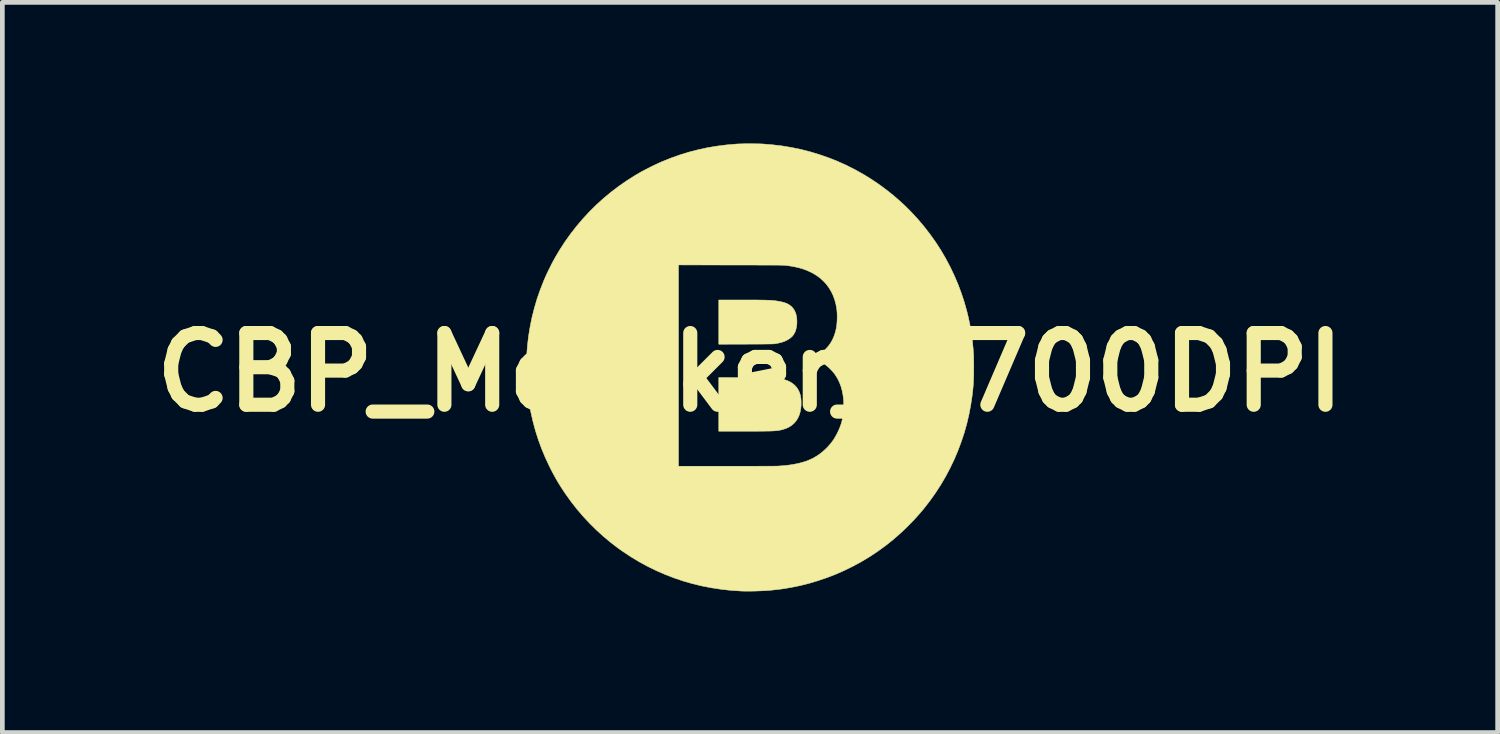
<source format=kicad_pcb>
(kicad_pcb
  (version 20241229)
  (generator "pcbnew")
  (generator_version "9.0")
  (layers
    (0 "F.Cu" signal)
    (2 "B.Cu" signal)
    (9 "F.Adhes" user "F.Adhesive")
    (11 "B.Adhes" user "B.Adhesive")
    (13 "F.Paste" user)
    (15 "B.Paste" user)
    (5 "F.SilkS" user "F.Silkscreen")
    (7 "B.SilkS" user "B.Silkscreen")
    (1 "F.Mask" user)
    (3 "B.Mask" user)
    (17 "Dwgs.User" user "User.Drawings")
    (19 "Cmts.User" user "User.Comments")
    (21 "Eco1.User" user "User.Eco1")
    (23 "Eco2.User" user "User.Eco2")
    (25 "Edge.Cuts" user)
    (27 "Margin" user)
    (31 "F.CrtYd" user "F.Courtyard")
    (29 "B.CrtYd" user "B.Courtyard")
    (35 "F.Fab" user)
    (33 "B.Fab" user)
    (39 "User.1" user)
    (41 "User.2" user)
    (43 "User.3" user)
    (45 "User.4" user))
  (footprint "CBP_Moniker_5700DPI"
    (layer "F.Cu")
    (at 12.889 4.862)
    (property "Reference" "CBP_Moniker_5700DPI" (at 0 0 0) (layer "F.SilkS") (effects (font (size 1.524 1.524) (thickness 0.3))))
    (attr through_hole)
    (fp_poly (pts (xy -0.175 -1.537) (xy -0.085 -1.537) (xy -0.003 -1.537) (xy 0.071 -1.537) (xy 0.138 -1.537) (xy 0.198 -1.536) (xy 0.252 -1.535) (xy 0.301 -1.535) (xy 0.344 -1.533) (xy 0.383 -1.532) (xy 0.418 -1.531) (xy 0.45 -1.529) (xy 0.479 -1.527) (xy 0.506 -1.524) (xy 0.531 -1.521) (xy 0.556 -1.518) (xy 0.579 -1.514) (xy 0.603 -1.51) (xy 0.627 -1.506) (xy 0.637 -1.504) (xy 0.692 -1.492) (xy 0.74 -1.478) (xy 0.781 -1.463) (xy 0.816 -1.445) (xy 0.848 -1.424) (xy 0.877 -1.4) (xy 0.887 -1.391) (xy 0.92 -1.353) (xy 0.947 -1.31) (xy 0.968 -1.264) (xy 0.983 -1.211) (xy 0.993 -1.153) (xy 0.996 -1.11) (xy 0.997 -1.055) (xy 0.993 -1.001) (xy 0.984 -0.948) (xy 0.972 -0.898) (xy 0.956 -0.854) (xy 0.951 -0.845) (xy 0.927 -0.802) (xy 0.897 -0.764) (xy 0.86 -0.731) (xy 0.817 -0.701) (xy 0.778 -0.679) (xy 0.736 -0.66) (xy 0.693 -0.644) (xy 0.647 -0.631) (xy 0.597 -0.619) (xy 0.541 -0.609) (xy 0.519 -0.605) (xy 0.51 -0.605) (xy 0.496 -0.604) (xy 0.476 -0.603) (xy 0.45 -0.602) (xy 0.417 -0.602) (xy 0.377 -0.601) (xy 0.331 -0.601) (xy 0.277 -0.6) (xy 0.215 -0.6) (xy 0.146 -0.599) (xy 0.069 -0.599) (xy -0.017 -0.599) (xy -0.09 -0.598) (xy -0.664 -0.597) (xy -0.664 -1.537) (xy -0.175 -1.537)) (stroke (width 0.01) (type solid)) (fill yes) (layer "F.SilkS"))
    (fp_poly (pts (xy -0.079 0.113) (xy 0.007 0.113) (xy 0.085 0.113) (xy 0.155 0.114) (xy 0.217 0.114) (xy 0.273 0.114) (xy 0.322 0.115) (xy 0.366 0.115) (xy 0.404 0.116) (xy 0.437 0.116) (xy 0.467 0.117) (xy 0.492 0.118) (xy 0.515 0.119) (xy 0.534 0.12) (xy 0.552 0.121) (xy 0.567 0.123) (xy 0.582 0.125) (xy 0.596 0.126) (xy 0.61 0.129) (xy 0.625 0.131) (xy 0.64 0.134) (xy 0.715 0.15) (xy 0.783 0.173) (xy 0.845 0.2) (xy 0.899 0.234) (xy 0.947 0.273) (xy 0.988 0.317) (xy 1.006 0.343) (xy 1.034 0.39) (xy 1.055 0.439) (xy 1.071 0.492) (xy 1.081 0.551) (xy 1.086 0.613) (xy 1.086 0.696) (xy 1.079 0.773) (xy 1.065 0.845) (xy 1.045 0.911) (xy 1.018 0.971) (xy 0.984 1.026) (xy 0.944 1.075) (xy 0.897 1.118) (xy 0.844 1.154) (xy 0.784 1.185) (xy 0.718 1.209) (xy 0.684 1.219) (xy 0.666 1.223) (xy 0.648 1.227) (xy 0.63 1.231) (xy 0.612 1.234) (xy 0.592 1.237) (xy 0.571 1.24) (xy 0.547 1.242) (xy 0.522 1.244) (xy 0.492 1.246) (xy 0.46 1.247) (xy 0.423 1.249) (xy 0.381 1.249) (xy 0.335 1.25) (xy 0.282 1.251) (xy 0.224 1.251) (xy 0.159 1.252) (xy 0.087 1.252) (xy 0.007 1.252) (xy -0.082 1.252) (xy -0.124 1.252) (xy -0.664 1.252) (xy -0.664 0.111) (xy -0.079 0.113)) (stroke (width 0.01) (type solid)) (fill yes) (layer "F.SilkS"))
    (fp_poly (pts (xy 0.061 -4.857) (xy 0.112 -4.856) (xy 0.159 -4.856) (xy 0.202 -4.855) (xy 0.239 -4.854) (xy 0.263 -4.853) (xy 0.471 -4.836) (xy 0.676 -4.812) (xy 0.88 -4.778) (xy 1.08 -4.737) (xy 1.279 -4.686) (xy 1.474 -4.627) (xy 1.667 -4.56) (xy 1.857 -4.485) (xy 2.044 -4.401) (xy 2.227 -4.309) (xy 2.408 -4.208) (xy 2.446 -4.185) (xy 2.565 -4.111) (xy 2.686 -4.031) (xy 2.807 -3.945) (xy 2.925 -3.856) (xy 3.04 -3.764) (xy 3.135 -3.683) (xy 3.287 -3.545) (xy 3.432 -3.4) (xy 3.57 -3.25) (xy 3.701 -3.095) (xy 3.825 -2.934) (xy 3.943 -2.769) (xy 4.053 -2.599) (xy 4.156 -2.424) (xy 4.251 -2.245) (xy 4.338 -2.062) (xy 4.418 -1.876) (xy 4.489 -1.686) (xy 4.553 -1.493) (xy 4.608 -1.297) (xy 4.637 -1.179) (xy 4.673 -1.008) (xy 4.702 -0.837) (xy 4.726 -0.664) (xy 4.743 -0.488) (xy 4.75 -0.39) (xy 4.751 -0.371) (xy 4.752 -0.344) (xy 4.753 -0.31) (xy 4.753 -0.272) (xy 4.754 -0.23) (xy 4.754 -0.185) (xy 4.755 -0.139) (xy 4.755 -0.105) (xy 4.754 -0.028) (xy 4.754 0.04) (xy 4.752 0.103) (xy 4.75 0.162) (xy 4.748 0.218) (xy 4.744 0.273) (xy 4.739 0.328) (xy 4.734 0.385) (xy 4.727 0.445) (xy 4.721 0.495) (xy 4.691 0.695) (xy 4.653 0.895) (xy 4.607 1.092) (xy 4.552 1.287) (xy 4.488 1.479) (xy 4.417 1.669) (xy 4.338 1.855) (xy 4.25 2.038) (xy 4.156 2.216) (xy 4.053 2.391) (xy 3.943 2.561) (xy 3.826 2.726) (xy 3.702 2.886) (xy 3.668 2.928) (xy 3.572 3.039) (xy 3.47 3.151) (xy 3.362 3.261) (xy 3.252 3.368) (xy 3.14 3.47) (xy 3.035 3.561) (xy 2.876 3.687) (xy 2.712 3.806) (xy 2.543 3.918) (xy 2.37 4.022) (xy 2.192 4.119) (xy 2.011 4.208) (xy 1.826 4.29) (xy 1.637 4.363) (xy 1.446 4.428) (xy 1.252 4.486) (xy 1.055 4.535) (xy 0.857 4.575) (xy 0.656 4.607) (xy 0.455 4.63) (xy 0.434 4.632) (xy 0.368 4.637) (xy 0.296 4.642) (xy 0.22 4.645) (xy 0.142 4.648) (xy 0.065 4.65) (xy -0.011 4.651) (xy -0.083 4.651) (xy -0.149 4.65) (xy -0.197 4.648) (xy -0.407 4.634) (xy -0.614 4.611) (xy -0.818 4.58) (xy -1.02 4.541) (xy -1.219 4.493) (xy -1.415 4.437) (xy -1.608 4.372) (xy -1.798 4.299) (xy -1.985 4.218) (xy -2.168 4.129) (xy -2.349 4.031) (xy -2.525 3.925) (xy -2.698 3.811) (xy -2.806 3.735) (xy -2.962 3.615) (xy -3.114 3.488) (xy -3.262 3.354) (xy -3.404 3.214) (xy -3.541 3.068) (xy -3.671 2.916) (xy -3.795 2.759) (xy -3.911 2.598) (xy -3.959 2.527) (xy -4.009 2.451) (xy -4.054 2.379) (xy -4.096 2.31) (xy -4.136 2.24) (xy -4.175 2.169) (xy -4.215 2.094) (xy -4.256 2.012) (xy -4.262 2.001) (xy -4.264 1.996) (xy -1.52 1.996) (xy -0.494 1.996) (xy -0.375 1.996) (xy -0.262 1.996) (xy -0.155 1.996) (xy -0.054 1.996) (xy 0.041 1.996) (xy 0.13 1.996) (xy 0.211 1.995) (xy 0.286 1.995) (xy 0.354 1.995) (xy 0.414 1.994) (xy 0.466 1.994) (xy 0.511 1.994) (xy 0.548 1.993) (xy 0.577 1.993) (xy 0.596 1.992) (xy 0.606 1.992) (xy 0.722 1.983) (xy 0.831 1.971) (xy 0.932 1.955) (xy 1.027 1.936) (xy 1.115 1.913) (xy 1.198 1.887) (xy 1.276 1.855) (xy 1.349 1.82) (xy 1.418 1.779) (xy 1.484 1.734) (xy 1.547 1.684) (xy 1.608 1.628) (xy 1.638 1.599) (xy 1.689 1.543) (xy 1.736 1.486) (xy 1.778 1.427) (xy 1.817 1.363) (xy 1.854 1.293) (xy 1.865 1.272) (xy 1.903 1.188) (xy 1.934 1.103) (xy 1.958 1.017) (xy 1.975 0.928) (xy 1.986 0.836) (xy 1.991 0.738) (xy 1.992 0.7) (xy 1.988 0.593) (xy 1.977 0.492) (xy 1.959 0.395) (xy 1.934 0.304) (xy 1.901 0.217) (xy 1.861 0.135) (xy 1.813 0.057) (xy 1.776 0.007) (xy 1.755 -0.018) (xy 1.73 -0.045) (xy 1.701 -0.074) (xy 1.671 -0.103) (xy 1.642 -0.129) (xy 1.615 -0.15) (xy 1.615 -0.151) (xy 1.565 -0.185) (xy 1.509 -0.219) (xy 1.45 -0.251) (xy 1.392 -0.278) (xy 1.374 -0.285) (xy 1.357 -0.292) (xy 1.345 -0.297) (xy 1.338 -0.3) (xy 1.337 -0.301) (xy 1.34 -0.304) (xy 1.35 -0.31) (xy 1.365 -0.318) (xy 1.378 -0.326) (xy 1.441 -0.363) (xy 1.496 -0.4) (xy 1.546 -0.438) (xy 1.592 -0.478) (xy 1.613 -0.499) (xy 1.665 -0.557) (xy 1.711 -0.62) (xy 1.75 -0.688) (xy 1.783 -0.762) (xy 1.81 -0.841) (xy 1.831 -0.927) (xy 1.841 -0.986) (xy 1.845 -1.021) (xy 1.848 -1.062) (xy 1.851 -1.108) (xy 1.852 -1.157) (xy 1.852 -1.205) (xy 1.851 -1.253) (xy 1.848 -1.296) (xy 1.845 -1.333) (xy 1.843 -1.346) (xy 1.825 -1.445) (xy 1.8 -1.539) (xy 1.768 -1.628) (xy 1.728 -1.712) (xy 1.681 -1.791) (xy 1.628 -1.864) (xy 1.568 -1.931) (xy 1.501 -1.993) (xy 1.427 -2.049) (xy 1.347 -2.099) (xy 1.306 -2.121) (xy 1.238 -2.153) (xy 1.169 -2.181) (xy 1.098 -2.205) (xy 1.022 -2.226) (xy 0.942 -2.243) (xy 0.855 -2.259) (xy 0.762 -2.271) (xy 0.755 -2.272) (xy 0.747 -2.273) (xy 0.737 -2.274) (xy 0.727 -2.274) (xy 0.715 -2.275) (xy 0.7 -2.275) (xy 0.684 -2.276) (xy 0.664 -2.276) (xy 0.642 -2.277) (xy 0.616 -2.277) (xy 0.586 -2.278) (xy 0.552 -2.278) (xy 0.514 -2.278) (xy 0.47 -2.278) (xy 0.422 -2.279) (xy 0.368 -2.279) (xy 0.308 -2.279) (xy 0.242 -2.279) (xy 0.17 -2.279) (xy 0.091 -2.28) (xy 0.004 -2.28) (xy -0.09 -2.28) (xy -0.192 -2.28) (xy -0.303 -2.28) (xy -0.411 -2.28) (xy -1.52 -2.282) (xy -1.52 1.996) (xy -4.264 1.996) (xy -4.349 1.815) (xy -4.428 1.626) (xy -4.498 1.435) (xy -4.56 1.241) (xy -4.613 1.044) (xy -4.658 0.845) (xy -4.694 0.643) (xy -4.722 0.439) (xy -4.741 0.232) (xy -4.746 0.156) (xy -4.747 0.126) (xy -4.748 0.088) (xy -4.749 0.044) (xy -4.75 -0.004) (xy -4.75 -0.055) (xy -4.75 -0.107) (xy -4.75 -0.159) (xy -4.75 -0.21) (xy -4.749 -0.257) (xy -4.748 -0.3) (xy -4.747 -0.336) (xy -4.746 -0.361) (xy -4.73 -0.568) (xy -4.706 -0.771) (xy -4.673 -0.972) (xy -4.633 -1.17) (xy -4.583 -1.366) (xy -4.526 -1.56) (xy -4.459 -1.752) (xy -4.384 -1.944) (xy -4.369 -1.979) (xy -4.351 -2.02) (xy -4.33 -2.067) (xy -4.306 -2.118) (xy -4.28 -2.172) (xy -4.252 -2.227) (xy -4.225 -2.281) (xy -4.199 -2.333) (xy -4.174 -2.38) (xy -4.151 -2.421) (xy -4.146 -2.431) (xy -4.04 -2.609) (xy -3.927 -2.783) (xy -3.807 -2.95) (xy -3.68 -3.112) (xy -3.547 -3.268) (xy -3.408 -3.418) (xy -3.262 -3.562) (xy -3.11 -3.7) (xy -2.951 -3.831) (xy -2.788 -3.955) (xy -2.618 -4.073) (xy -2.443 -4.184) (xy -2.324 -4.253) (xy -2.284 -4.275) (xy -2.238 -4.299) (xy -2.188 -4.325) (xy -2.134 -4.352) (xy -2.079 -4.38) (xy -2.025 -4.406) (xy -1.973 -4.431) (xy -1.924 -4.453) (xy -1.881 -4.472) (xy -1.872 -4.476) (xy -1.681 -4.553) (xy -1.49 -4.621) (xy -1.298 -4.68) (xy -1.104 -4.73) (xy -0.907 -4.773) (xy -0.709 -4.806) (xy -0.507 -4.832) (xy -0.302 -4.85) (xy -0.254 -4.853) (xy -0.224 -4.854) (xy -0.186 -4.855) (xy -0.142 -4.856) (xy -0.094 -4.857) (xy -0.043 -4.857) (xy 0.009 -4.857) (xy 0.061 -4.857)) (stroke (width 0.01) (type solid)) (fill yes) (layer "F.SilkS")))
  (gr_rect
    (start -3 -3)
    (end 28.777 12.518)
    (stroke (width 0.1) (type default))
    (fill no)
    (layer "Edge.Cuts")))
</source>
